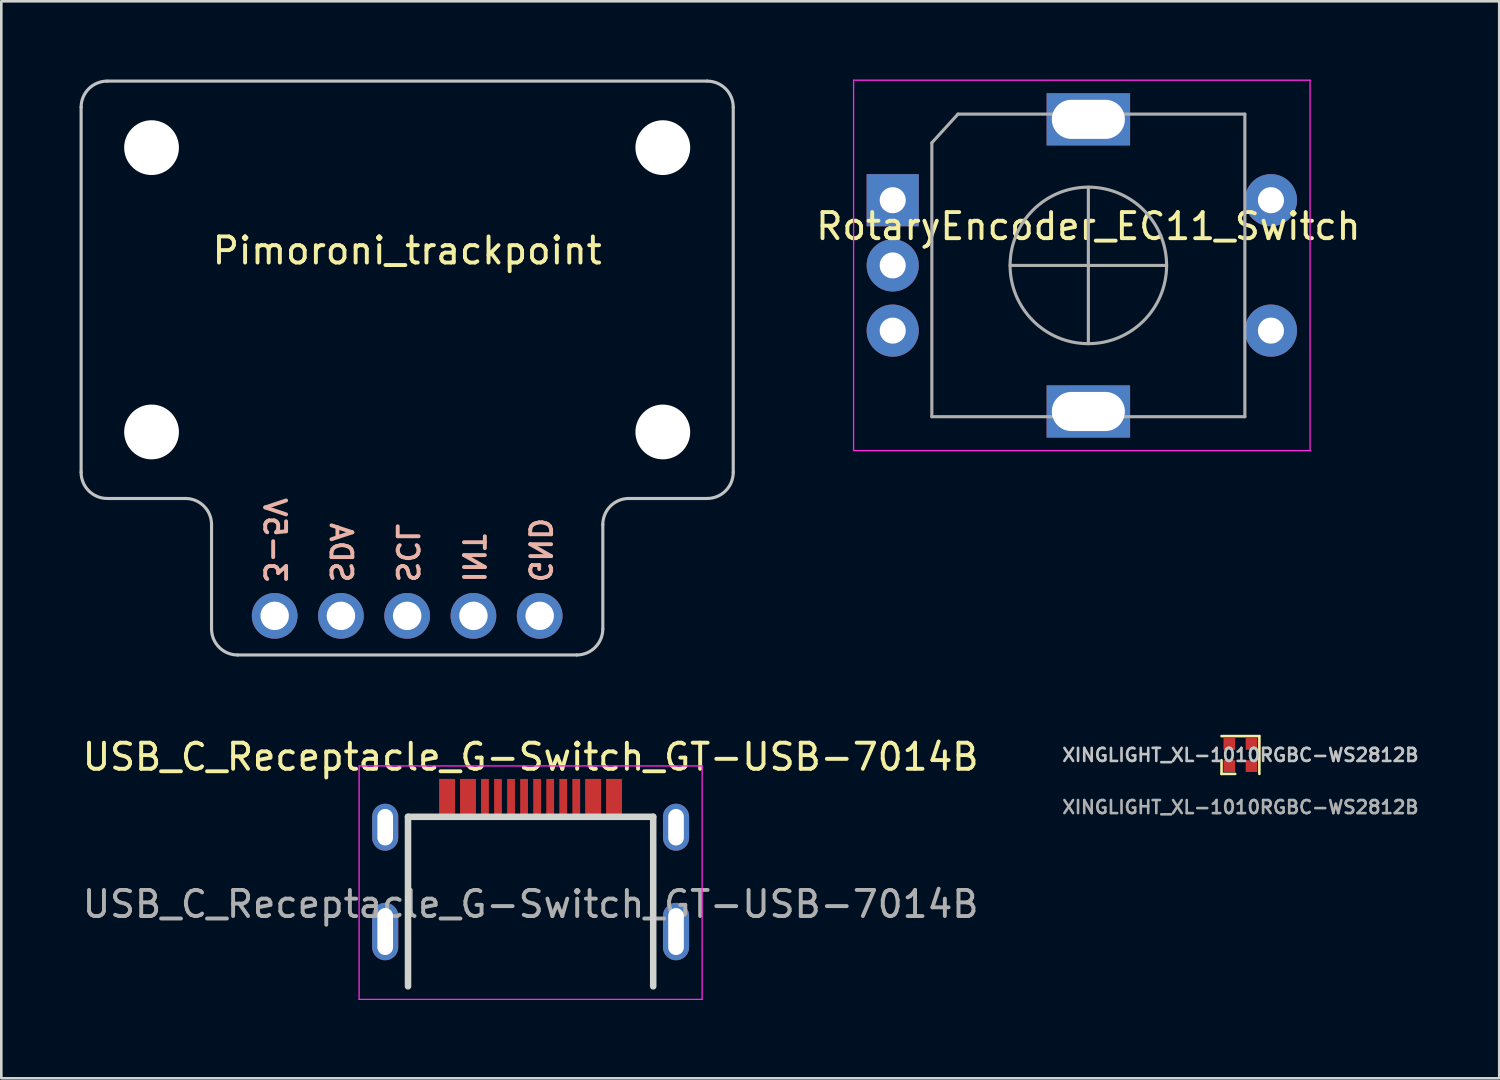
<source format=kicad_pcb>
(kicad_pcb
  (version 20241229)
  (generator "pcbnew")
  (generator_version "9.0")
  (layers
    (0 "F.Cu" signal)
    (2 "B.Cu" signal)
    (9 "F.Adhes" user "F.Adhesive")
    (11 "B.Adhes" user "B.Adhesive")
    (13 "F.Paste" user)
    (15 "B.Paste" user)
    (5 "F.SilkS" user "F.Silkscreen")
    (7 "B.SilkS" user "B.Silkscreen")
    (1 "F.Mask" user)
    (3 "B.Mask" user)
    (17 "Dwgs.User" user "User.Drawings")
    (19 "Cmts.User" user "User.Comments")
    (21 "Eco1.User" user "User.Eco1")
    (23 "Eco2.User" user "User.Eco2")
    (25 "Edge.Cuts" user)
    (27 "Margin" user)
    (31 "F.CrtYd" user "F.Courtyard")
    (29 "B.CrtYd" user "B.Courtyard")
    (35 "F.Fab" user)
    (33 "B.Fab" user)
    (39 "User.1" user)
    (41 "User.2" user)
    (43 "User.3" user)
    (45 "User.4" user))
  (footprint "USB_C_Receptacle_G-Switch_GT-USB-7014B"
    (layer "F.Cu")
    (at 17.292 34.763)
    (property "Reference" "USB_C_Receptacle_G-Switch_GT-USB-7014B" (at 0 -8.795 0) (layer "F.SilkS") (effects (font (size 1 1) (thickness 0.15))))
    (attr smd)
    (fp_line (start -4.7 -6.5) (end 4.7 -6.5) (stroke (width 0.25) (type default)) (layer "Edge.Cuts"))
    (fp_line (start -4.7 0) (end -4.7 -6.5) (stroke (width 0.25) (type default)) (layer "Edge.Cuts"))
    (fp_line (start 4.7 0) (end 4.7 -6.5) (stroke (width 0.25) (type default)) (layer "Edge.Cuts"))
    (fp_line (start -6.575 -8.45) (end -6.575 0.5) (stroke (width 0.05) (type solid)) (layer "F.CrtYd"))
    (fp_line (start -6.575 -8.45) (end 6.575 -8.45) (stroke (width 0.05) (type solid)) (layer "F.CrtYd"))
    (fp_line (start -6.575 0.5) (end 6.575 0.5) (stroke (width 0.05) (type solid)) (layer "F.CrtYd"))
    (fp_line (start 6.575 -8.45) (end 6.575 0.5) (stroke (width 0.05) (type solid)) (layer "F.CrtYd"))
    (fp_text user "${REFERENCE}" (at 0 -3.15 0) (layer "F.Fab") (effects (font (size 1 1) (thickness 0.15))))
    (pad "A1" smd rect (at -3.2 -7.225 180) (size 0.6 1.45) (layers "F.Cu" "F.Mask" "F.Paste"))
    (pad "A4" smd rect (at -2.4 -7.225) (size 0.6 1.45) (layers "F.Cu" "F.Mask" "F.Paste"))
    (pad "A5" smd rect (at -1.25 -7.225) (size 0.3 1.45) (layers "F.Cu" "F.Mask" "F.Paste"))
    (pad "A6" smd rect (at -0.25 -7.225) (size 0.3 1.45) (layers "F.Cu" "F.Mask" "F.Paste"))
    (pad "A7" smd rect (at 0.25 -7.225) (size 0.3 1.45) (layers "F.Cu" "F.Mask" "F.Paste"))
    (pad "A8" smd rect (at 1.25 -7.225) (size 0.3 1.45) (layers "F.Cu" "F.Mask" "F.Paste"))
    (pad "A9" smd rect (at 2.4 -7.225) (size 0.6 1.45) (layers "F.Cu" "F.Mask" "F.Paste"))
    (pad "A12" smd rect (at 3.2 -7.225) (size 0.6 1.45) (layers "F.Cu" "F.Mask" "F.Paste"))
    (pad "B1" smd rect (at 3.2 -7.225) (size 0.6 1.45) (layers "F.Cu" "F.Mask" "F.Paste"))
    (pad "B4" smd rect (at 2.4 -7.225) (size 0.6 1.45) (layers "F.Cu" "F.Mask" "F.Paste"))
    (pad "B5" smd rect (at 1.75 -7.225) (size 0.3 1.45) (layers "F.Cu" "F.Mask" "F.Paste"))
    (pad "B6" smd rect (at 0.75 -7.225) (size 0.3 1.45) (layers "F.Cu" "F.Mask" "F.Paste"))
    (pad "B7" smd rect (at -0.75 -7.225) (size 0.3 1.45) (layers "F.Cu" "F.Mask" "F.Paste"))
    (pad "B8" smd rect (at -1.75 -7.225) (size 0.3 1.45) (layers "F.Cu" "F.Mask" "F.Paste"))
    (pad "B9" smd rect (at -2.4 -7.225) (size 0.6 1.45) (layers "F.Cu" "F.Mask" "F.Paste"))
    (pad "B12" smd rect (at -3.2 -7.225) (size 0.6 1.45) (layers "F.Cu" "F.Mask" "F.Paste"))
    (pad "S1" thru_hole oval (at -5.575 -6.1) (size 1 1.8) (drill oval 0.6 1.4) (layers "*.Cu" "*.Mask"))
    (pad "S1" thru_hole oval (at -5.575 -2.1) (size 1 2.2) (drill oval 0.6 1.8) (layers "*.Cu" "*.Mask"))
    (pad "S1" thru_hole oval (at 5.575 -6.1) (size 1 1.8) (drill oval 0.6 1.4) (layers "*.Cu" "*.Mask"))
    (pad "S1" thru_hole oval (at 5.575 -2.1) (size 1 2.2) (drill oval 0.6 1.8) (layers "*.Cu" "*.Mask")))
  (footprint "RotaryEncoder_EC11_Switch"
    (layer "F.Cu")
    (at 38.674 7.125)
    (property "Reference" "RotaryEncoder_EC11_Switch" (at 0 -1.5 0) (unlocked yes) (layer "F.SilkS") (effects (font (size 1 1) (thickness 0.15))))
    (attr through_hole)
    (fp_line (start -9 -7.1) (end -9 7.1) (stroke (width 0.05) (type solid)) (layer "F.CrtYd"))
    (fp_line (start -9 -7.1) (end 8.5 -7.1) (stroke (width 0.05) (type solid)) (layer "F.CrtYd"))
    (fp_line (start 8.5 7.1) (end -9 7.1) (stroke (width 0.05) (type solid)) (layer "F.CrtYd"))
    (fp_line (start 8.5 7.1) (end 8.5 -7.1) (stroke (width 0.05) (type solid)) (layer "F.CrtYd"))
    (fp_line (start -6 -4.7) (end -5 -5.8) (stroke (width 0.12) (type solid)) (layer "F.Fab"))
    (fp_line (start -6 5.8) (end -6 -4.7) (stroke (width 0.12) (type solid)) (layer "F.Fab"))
    (fp_line (start -5 -5.8) (end 6 -5.8) (stroke (width 0.12) (type solid)) (layer "F.Fab"))
    (fp_line (start -3 0) (end 3 0) (stroke (width 0.12) (type solid)) (layer "F.Fab"))
    (fp_line (start 0 -3) (end 0 3) (stroke (width 0.12) (type solid)) (layer "F.Fab"))
    (fp_line (start 6 -5.8) (end 6 5.8) (stroke (width 0.12) (type solid)) (layer "F.Fab"))
    (fp_line (start 6 5.8) (end -6 5.8) (stroke (width 0.12) (type solid)) (layer "F.Fab"))
    (fp_circle (center 0 0) (end 3 0) (stroke (width 0.12) (type solid)) (fill no) (layer "F.Fab"))
    (pad "" thru_hole rect (at 0 -5.6) (size 3.2 2) (drill oval 2.8 1.5) (layers "*.Cu" "B.Mask"))
    (pad "" thru_hole rect (at 0 5.6) (size 3.2 2) (drill oval 2.8 1.5) (layers "*.Cu" "B.Mask"))
    (pad "A" thru_hole rect (at -7.5 -2.5) (size 2 2) (drill 1) (layers "*.Cu" "B.Mask"))
    (pad "B" thru_hole circle (at -7.5 2.5) (size 2 2) (drill 1) (layers "*.Cu" "B.Mask"))
    (pad "C" thru_hole circle (at -7.5 0) (size 2 2) (drill 1) (layers "*.Cu" "B.Mask"))
    (pad "S1" thru_hole circle (at 7 2.5) (size 2 2) (drill 1) (layers "*.Cu" "B.Mask"))
    (pad "S2" thru_hole circle (at 7 -2.5) (size 2 2) (drill 1) (layers "*.Cu" "B.Mask")))
  (footprint "Pimoroni_trackpoint"
    (layer "F.Cu")
    (at 12.56 8.06)
    (property "Reference" "Pimoroni_trackpoint" (at 0 -1.5 0) (unlocked yes) (layer "F.SilkS") (effects (font (size 1 1) (thickness 0.15))))
    (attr through_hole)
    (fp_line (start -12.5 7) (end -12.5 -7) (stroke (width 0.12) (type solid)) (layer "Dwgs.User"))
    (fp_line (start -8.5 8) (end -11.5 8) (stroke (width 0.12) (type solid)) (layer "Dwgs.User"))
    (fp_line (start -7.5 13) (end -7.5 9) (stroke (width 0.12) (type solid)) (layer "Dwgs.User"))
    (fp_line (start -6.5 14) (end 6.5 14) (stroke (width 0.12) (type solid)) (layer "Dwgs.User"))
    (fp_line (start 7.5 13) (end 7.5 9) (stroke (width 0.12) (type solid)) (layer "Dwgs.User"))
    (fp_line (start 8.5 8) (end 11.5 8) (stroke (width 0.12) (type solid)) (layer "Dwgs.User"))
    (fp_line (start 11.5 -8) (end -11.5 -8) (stroke (width 0.12) (type solid)) (layer "Dwgs.User"))
    (fp_line (start 12.5 7) (end 12.5 -7) (stroke (width 0.12) (type solid)) (layer "Dwgs.User"))
    (fp_arc (start -12.5 -7) (mid -12.207107 -7.707107) (end -11.5 -8) (stroke (width 0.12) (type solid)) (layer "Dwgs.User"))
    (fp_arc (start -11.5 8) (mid -12.207107 7.707107) (end -12.5 7) (stroke (width 0.12) (type solid)) (layer "Dwgs.User"))
    (fp_arc (start -8.5 8) (mid -7.792893 8.292893) (end -7.5 9) (stroke (width 0.12) (type solid)) (layer "Dwgs.User"))
    (fp_arc (start -6.5 14) (mid -7.207107 13.707107) (end -7.5 13) (stroke (width 0.12) (type solid)) (layer "Dwgs.User"))
    (fp_arc (start 7.5 9) (mid 7.792893 8.292893) (end 8.5 8) (stroke (width 0.12) (type solid)) (layer "Dwgs.User"))
    (fp_arc (start 7.5 13) (mid 7.207107 13.707107) (end 6.5 14) (stroke (width 0.12) (type solid)) (layer "Dwgs.User"))
    (fp_arc (start 11.5 -8) (mid 12.207107 -7.707107) (end 12.5 -7) (stroke (width 0.12) (type solid)) (layer "Dwgs.User"))
    (fp_arc (start 12.5 7) (mid 12.207107 7.707107) (end 11.5 8) (stroke (width 0.12) (type solid)) (layer "Dwgs.User"))
    (fp_text user "INT" (at 2.54 11.299 270) (unlocked yes) (layer "B.SilkS") (effects (font (size 0.8 0.8) (thickness 0.15)) (justify left mirror)))
    (fp_text user "GND" (at 5.08 11.299 270) (unlocked yes) (layer "B.SilkS") (effects (font (size 0.8 0.8) (thickness 0.15)) (justify left mirror)))
    (fp_text user "SCL" (at 0 11.299 270) (unlocked yes) (layer "B.SilkS") (effects (font (size 0.8 0.8) (thickness 0.15)) (justify left mirror)))
    (fp_text user "SDA" (at -2.54 11.299 270) (unlocked yes) (layer "B.SilkS") (effects (font (size 0.8 0.8) (thickness 0.15)) (justify left mirror)))
    (fp_text user "3-5V" (at -5.08 11.299 270) (unlocked yes) (layer "B.SilkS") (effects (font (size 0.8 0.8) (thickness 0.15)) (justify left mirror)))
    (pad "" np_thru_hole oval (at -9.8 -5.45 90) (size 2.1 2.1) (drill 2.1) (layers "*.Cu" "*.Mask"))
    (pad "" np_thru_hole oval (at -9.8 5.45 90) (size 2.1 2.1) (drill 2.1) (layers "*.Cu" "*.Mask"))
    (pad "" np_thru_hole oval (at 9.8 -5.45 90) (size 2.1 2.1) (drill 2.1) (layers "*.Cu" "*.Mask"))
    (pad "" np_thru_hole oval (at 9.8 5.45 90) (size 2.1 2.1) (drill 2.1) (layers "*.Cu" "*.Mask"))
    (pad "1" thru_hole oval (at -5.08 12.5 90) (size 1.753 1.753) (drill 1.092) (layers "*.Cu" "*.Mask"))
    (pad "2" thru_hole oval (at -2.54 12.5 90) (size 1.753 1.753) (drill 1.092) (layers "*.Cu" "*.Mask"))
    (pad "3" thru_hole oval (at 0 12.5 90) (size 1.753 1.753) (drill 1.092) (layers "*.Cu" "*.Mask"))
    (pad "4" thru_hole oval (at 2.54 12.5 90) (size 1.753 1.753) (drill 1.092) (layers "*.Cu" "*.Mask"))
    (pad "5" thru_hole oval (at 5.08 12.5 90) (size 1.753 1.753) (drill 1.092) (layers "*.Cu" "*.Mask")))
  (footprint "XINGLIGHT_XL-1010RGBC-WS2812B"
    (layer "F.Cu")
    (at 44.505 25.895)
    (property "Reference" "XINGLIGHT_XL-1010RGBC-WS2812B" (at 0 0 0) (unlocked yes) (layer "Dwgs.User") (effects (font (size 0.5 0.5) (thickness 0.1))))
    (attr smd)
    (fp_line (start -0.725 0.2) (end -0.725 0.725) (stroke (width 0.1) (type default)) (layer "F.SilkS"))
    (fp_line (start -0.725 0.725) (end -0.2 0.725) (stroke (width 0.1) (type default)) (layer "F.SilkS"))
    (fp_line (start 0.725 -0.725) (end -0.725 -0.725) (stroke (width 0.1) (type default)) (layer "F.SilkS"))
    (fp_line (start 0.725 -0.725) (end 0.725 0.725) (stroke (width 0.1) (type default)) (layer "F.SilkS"))
    (fp_text user "${REFERENCE}" (at 0 2 0) (unlocked yes) (layer "F.Fab") (effects (font (size 0.5 0.5) (thickness 0.1) (bold yes))))
    (pad "1" smd rect (at 0.425 -0.425) (size 0.45 0.45) (layers "F.Cu" "F.Mask" "F.Paste"))
    (pad "2" smd rect (at -0.425 -0.425) (size 0.45 0.45) (layers "F.Cu" "F.Mask" "F.Paste"))
    (pad "3" smd rect (at -0.425 0.425) (size 0.45 0.45) (layers "F.Cu" "F.Mask" "F.Paste"))
    (pad "4" smd rect (at 0.425 0.425) (size 0.45 0.45) (layers "F.Cu" "F.Mask" "F.Paste")))
  (gr_rect
    (start -3 -3)
    (end 54.426 38.288)
    (stroke (width 0.1) (type default))
    (fill no)
    (layer "Edge.Cuts")))
</source>
